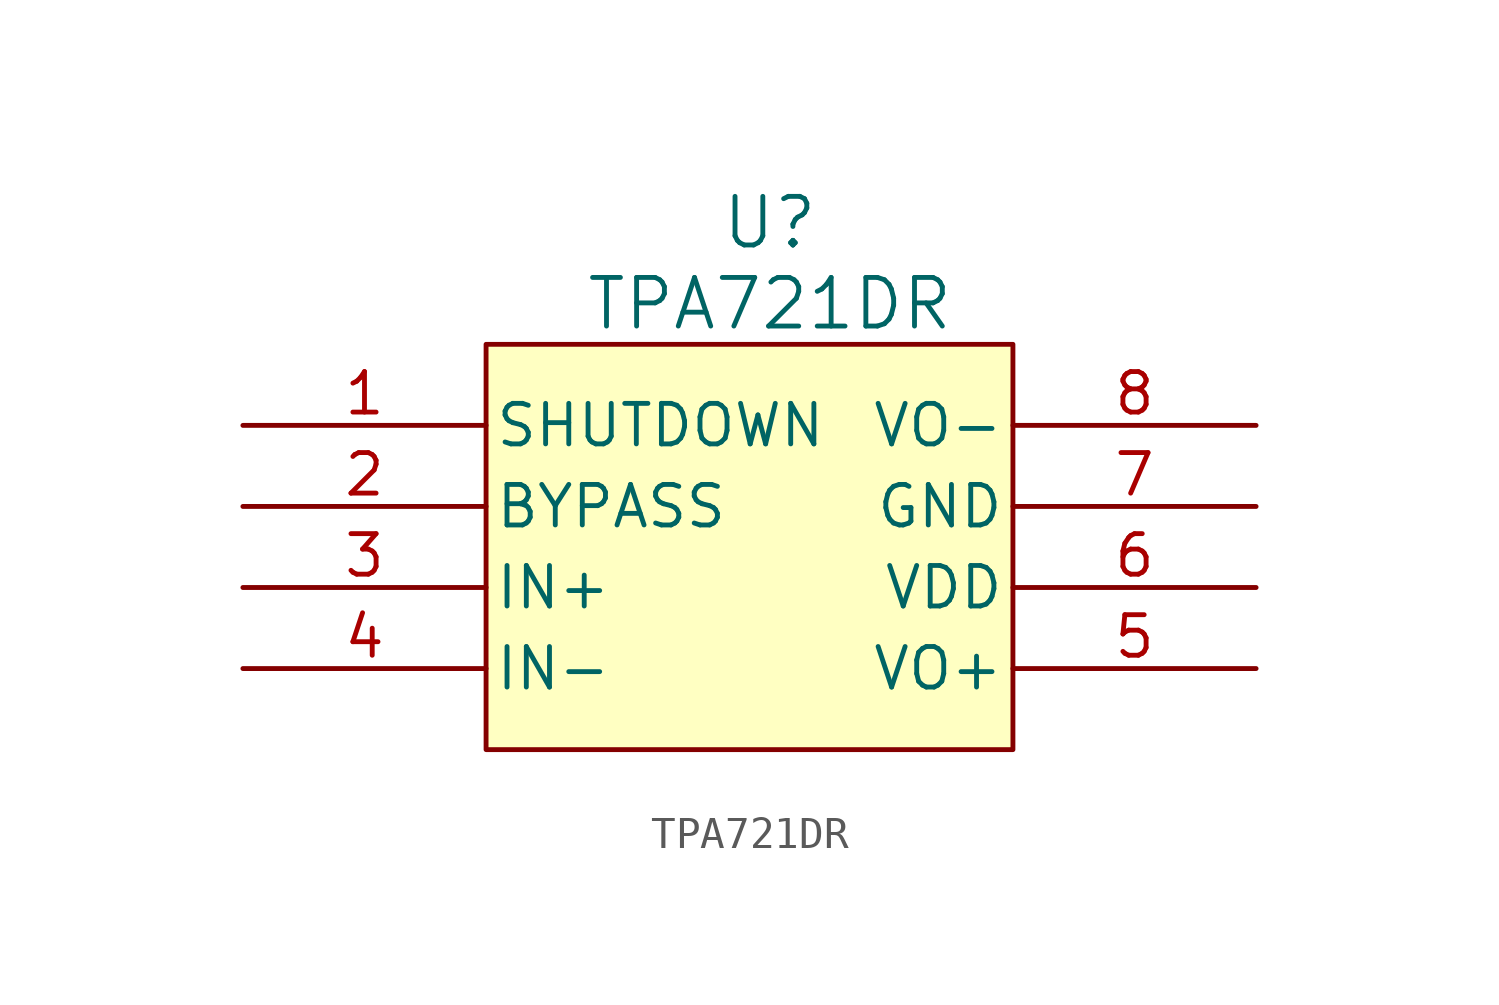
<source format=kicad_sym>
(kicad_symbol_lib
  (version 20220914)
  (generator kicad_symbol_editor)
  (symbol "TPA721DR"
    (pin_names
      (offset 0.254))
    (property "Reference" "U"
      (at 33.02 10.16 0)
      (effects (font (size 1.524 1.524))))
    (property "Value" "TPA721DR"
      (at 33.02 7.62 0)
      (effects (font (size 1.524 1.524))))
    (property "ki_locked" ""
      (at 0 0 0)
      (effects (font (size 1.27 1.27))))
    (symbol "TPA721DR_0_1"
      (pin input line (at 16.51 3.81 0) (length 7.62) (name "SHUTDOWN" (effects (font (size 1.27 1.27)))) (number "1" (effects (font (size 1.27 1.27)))))
      (pin input line (at 16.51 1.27 0) (length 7.62) (name "BYPASS" (effects (font (size 1.27 1.27)))) (number "2" (effects (font (size 1.27 1.27)))))
      (pin input line (at 16.51 -1.27 0) (length 7.62) (name "IN+" (effects (font (size 1.27 1.27)))) (number "3" (effects (font (size 1.27 1.27)))))
      (pin input line (at 16.51 -3.81 0) (length 7.62) (name "IN-" (effects (font (size 1.27 1.27)))) (number "4" (effects (font (size 1.27 1.27)))))
      (pin output line (at 48.26 -3.81 180) (length 7.62) (name "VO+" (effects (font (size 1.27 1.27)))) (number "5" (effects (font (size 1.27 1.27)))))
      (pin power_in line (at 48.26 -1.27 180) (length 7.62) (name "VDD" (effects (font (size 1.27 1.27)))) (number "6" (effects (font (size 1.27 1.27)))))
      (pin power_in line (at 48.26 1.27 180) (length 7.62) (name "GND" (effects (font (size 1.27 1.27)))) (number "7" (effects (font (size 1.27 1.27)))))
      (pin output line (at 48.26 3.81 180) (length 7.62) (name "VO-" (effects (font (size 1.27 1.27)))) (number "8" (effects (font (size 1.27 1.27))))))
    (symbol "TPA721DR_1_1"
      (rectangle (start 24.13 6.35) (end 40.64 -6.35) (stroke (width 0) (type default)) (fill (type background))))))
</source>
